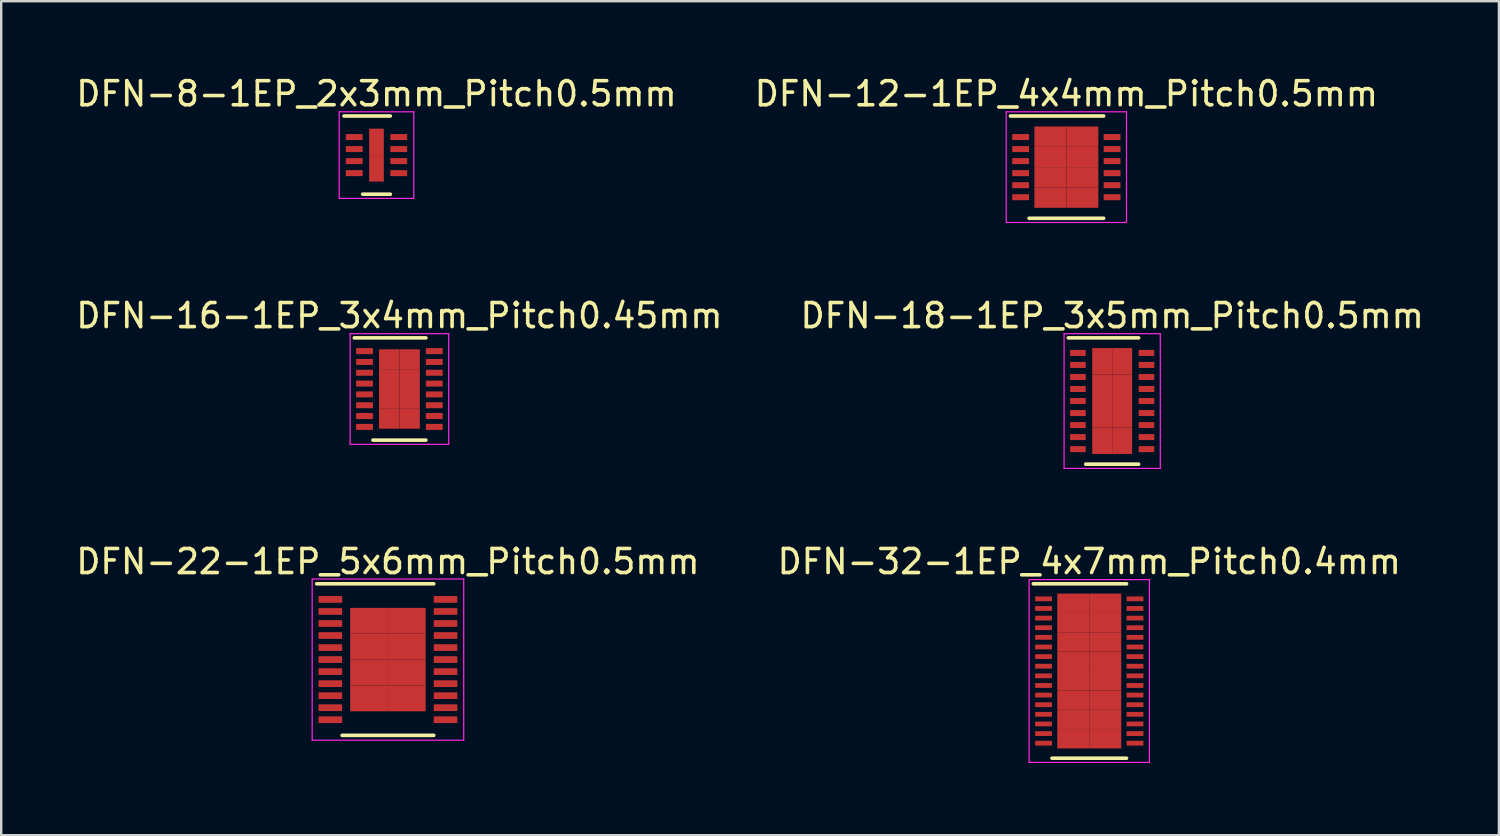
<source format=kicad_pcb>
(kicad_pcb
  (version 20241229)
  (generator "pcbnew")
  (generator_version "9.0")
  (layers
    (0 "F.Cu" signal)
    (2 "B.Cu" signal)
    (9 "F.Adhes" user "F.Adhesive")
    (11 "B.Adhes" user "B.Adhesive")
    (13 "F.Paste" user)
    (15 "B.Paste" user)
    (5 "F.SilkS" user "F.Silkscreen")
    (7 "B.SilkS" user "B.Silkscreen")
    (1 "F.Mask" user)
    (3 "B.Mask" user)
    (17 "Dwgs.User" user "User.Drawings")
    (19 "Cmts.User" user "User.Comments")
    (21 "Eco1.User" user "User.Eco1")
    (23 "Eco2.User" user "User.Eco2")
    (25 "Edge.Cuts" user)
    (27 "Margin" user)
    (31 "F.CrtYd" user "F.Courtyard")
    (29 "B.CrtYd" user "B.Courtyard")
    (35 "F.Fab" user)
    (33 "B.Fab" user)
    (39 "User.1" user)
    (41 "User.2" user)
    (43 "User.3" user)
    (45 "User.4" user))
  (footprint "DFN-22-1EP_5x6mm_Pitch0.5mm"
    (layer "F.Cu")
    (at 13.077 24.37)
    (property "Reference" "DFN-22-1EP_5x6mm_Pitch0.5mm" (at 0 -4.075 0) (layer "F.SilkS") (effects (font (size 1 1) (thickness 0.15))))
    (attr smd)
    (fp_line (start -2.96 -3.15) (end 1.905 -3.15) (stroke (width 0.15) (type solid)) (layer "F.SilkS"))
    (fp_line (start -1.905 3.15) (end 1.905 3.15) (stroke (width 0.15) (type solid)) (layer "F.SilkS"))
    (fp_line (start -3.15 -3.35) (end -3.15 3.35) (stroke (width 0.05) (type solid)) (layer "F.CrtYd"))
    (fp_line (start -3.15 -3.35) (end 3.15 -3.35) (stroke (width 0.05) (type solid)) (layer "F.CrtYd"))
    (fp_line (start -3.15 3.35) (end 3.15 3.35) (stroke (width 0.05) (type solid)) (layer "F.CrtYd"))
    (fp_line (start 3.15 -3.35) (end 3.15 3.35) (stroke (width 0.05) (type solid)) (layer "F.CrtYd"))
    (pad "1" smd rect (at -2.395 -2.5) (size 0.98 0.28) (layers "F.Cu" "F.Mask" "F.Paste"))
    (pad "2" smd rect (at -2.395 -2) (size 0.98 0.28) (layers "F.Cu" "F.Mask" "F.Paste"))
    (pad "3" smd rect (at -2.395 -1.5) (size 0.98 0.28) (layers "F.Cu" "F.Mask" "F.Paste"))
    (pad "4" smd rect (at -2.395 -1) (size 0.98 0.28) (layers "F.Cu" "F.Mask" "F.Paste"))
    (pad "5" smd rect (at -2.395 -0.5) (size 0.98 0.28) (layers "F.Cu" "F.Mask" "F.Paste"))
    (pad "6" smd rect (at -2.395 0) (size 0.98 0.28) (layers "F.Cu" "F.Mask" "F.Paste"))
    (pad "7" smd rect (at -2.395 0.5) (size 0.98 0.28) (layers "F.Cu" "F.Mask" "F.Paste"))
    (pad "8" smd rect (at -2.395 1) (size 0.98 0.28) (layers "F.Cu" "F.Mask" "F.Paste"))
    (pad "9" smd rect (at -2.395 1.5) (size 0.98 0.28) (layers "F.Cu" "F.Mask" "F.Paste"))
    (pad "10" smd rect (at -2.395 2) (size 0.98 0.28) (layers "F.Cu" "F.Mask" "F.Paste"))
    (pad "11" smd rect (at -2.395 2.5) (size 0.98 0.28) (layers "F.Cu" "F.Mask" "F.Paste"))
    (pad "12" smd rect (at 2.395 2.5) (size 0.98 0.28) (layers "F.Cu" "F.Mask" "F.Paste"))
    (pad "13" smd rect (at 2.395 2) (size 0.98 0.28) (layers "F.Cu" "F.Mask" "F.Paste"))
    (pad "14" smd rect (at 2.395 1.5) (size 0.98 0.28) (layers "F.Cu" "F.Mask" "F.Paste"))
    (pad "15" smd rect (at 2.395 1) (size 0.98 0.28) (layers "F.Cu" "F.Mask" "F.Paste"))
    (pad "16" smd rect (at 2.395 0.5) (size 0.98 0.28) (layers "F.Cu" "F.Mask" "F.Paste"))
    (pad "17" smd rect (at 2.395 0) (size 0.98 0.28) (layers "F.Cu" "F.Mask" "F.Paste"))
    (pad "18" smd rect (at 2.395 -0.5) (size 0.98 0.28) (layers "F.Cu" "F.Mask" "F.Paste"))
    (pad "19" smd rect (at 2.395 -1) (size 0.98 0.28) (layers "F.Cu" "F.Mask" "F.Paste"))
    (pad "20" smd rect (at 2.395 -1.5) (size 0.98 0.28) (layers "F.Cu" "F.Mask" "F.Paste"))
    (pad "21" smd rect (at 2.395 -2) (size 0.98 0.28) (layers "F.Cu" "F.Mask" "F.Paste"))
    (pad "22" smd rect (at 2.395 -2.5) (size 0.98 0.28) (layers "F.Cu" "F.Mask" "F.Paste"))
    (pad "23" smd rect (at -0.785 -1.613) (size 1.57 1.075) (layers "F.Cu" "F.Mask" "F.Paste"))
    (pad "23" smd rect (at -0.785 -0.537) (size 1.57 1.075) (layers "F.Cu" "F.Mask" "F.Paste"))
    (pad "23" smd rect (at -0.785 0.537) (size 1.57 1.075) (layers "F.Cu" "F.Mask" "F.Paste"))
    (pad "23" smd rect (at -0.785 1.613) (size 1.57 1.075) (layers "F.Cu" "F.Mask" "F.Paste"))
    (pad "23" smd rect (at 0.785 -1.613) (size 1.57 1.075) (layers "F.Cu" "F.Mask" "F.Paste"))
    (pad "23" smd rect (at 0.785 -0.537) (size 1.57 1.075) (layers "F.Cu" "F.Mask" "F.Paste"))
    (pad "23" smd rect (at 0.785 0.537) (size 1.57 1.075) (layers "F.Cu" "F.Mask" "F.Paste"))
    (pad "23" smd rect (at 0.785 1.613) (size 1.57 1.075) (layers "F.Cu" "F.Mask" "F.Paste")))
  (footprint "DFN-16-1EP_3x4mm_Pitch0.45mm"
    (layer "F.Cu")
    (at 13.554 13.121)
    (property "Reference" "DFN-16-1EP_3x4mm_Pitch0.45mm" (at 0 -3.05 0) (layer "F.SilkS") (effects (font (size 1 1) (thickness 0.15))))
    (attr smd)
    (fp_line (start -1.875 -2.125) (end 1.1 -2.125) (stroke (width 0.15) (type solid)) (layer "F.SilkS"))
    (fp_line (start -1.1 2.125) (end 1.1 2.125) (stroke (width 0.15) (type solid)) (layer "F.SilkS"))
    (fp_line (start -2.05 -2.3) (end -2.05 2.3) (stroke (width 0.05) (type solid)) (layer "F.CrtYd"))
    (fp_line (start -2.05 -2.3) (end 2.05 -2.3) (stroke (width 0.05) (type solid)) (layer "F.CrtYd"))
    (fp_line (start -2.05 2.3) (end 2.05 2.3) (stroke (width 0.05) (type solid)) (layer "F.CrtYd"))
    (fp_line (start 2.05 -2.3) (end 2.05 2.3) (stroke (width 0.05) (type solid)) (layer "F.CrtYd"))
    (pad "1" smd rect (at -1.45 -1.575) (size 0.7 0.25) (layers "F.Cu" "F.Mask" "F.Paste"))
    (pad "2" smd rect (at -1.45 -1.125) (size 0.7 0.25) (layers "F.Cu" "F.Mask" "F.Paste"))
    (pad "3" smd rect (at -1.45 -0.675) (size 0.7 0.25) (layers "F.Cu" "F.Mask" "F.Paste"))
    (pad "4" smd rect (at -1.45 -0.225) (size 0.7 0.25) (layers "F.Cu" "F.Mask" "F.Paste"))
    (pad "5" smd rect (at -1.45 0.225) (size 0.7 0.25) (layers "F.Cu" "F.Mask" "F.Paste"))
    (pad "6" smd rect (at -1.45 0.675) (size 0.7 0.25) (layers "F.Cu" "F.Mask" "F.Paste"))
    (pad "7" smd rect (at -1.45 1.125) (size 0.7 0.25) (layers "F.Cu" "F.Mask" "F.Paste"))
    (pad "8" smd rect (at -1.45 1.575) (size 0.7 0.25) (layers "F.Cu" "F.Mask" "F.Paste"))
    (pad "9" smd rect (at 1.45 1.575) (size 0.7 0.25) (layers "F.Cu" "F.Mask" "F.Paste"))
    (pad "10" smd rect (at 1.45 1.125) (size 0.7 0.25) (layers "F.Cu" "F.Mask" "F.Paste"))
    (pad "11" smd rect (at 1.45 0.675) (size 0.7 0.25) (layers "F.Cu" "F.Mask" "F.Paste"))
    (pad "12" smd rect (at 1.45 0.225) (size 0.7 0.25) (layers "F.Cu" "F.Mask" "F.Paste"))
    (pad "13" smd rect (at 1.45 -0.225) (size 0.7 0.25) (layers "F.Cu" "F.Mask" "F.Paste"))
    (pad "14" smd rect (at 1.45 -0.675) (size 0.7 0.25) (layers "F.Cu" "F.Mask" "F.Paste"))
    (pad "15" smd rect (at 1.45 -1.125) (size 0.7 0.25) (layers "F.Cu" "F.Mask" "F.Paste"))
    (pad "16" smd rect (at 1.45 -1.575) (size 0.7 0.25) (layers "F.Cu" "F.Mask" "F.Paste"))
    (pad "17" smd rect (at -0.425 -1.238) (size 0.85 0.825) (layers "F.Cu" "F.Mask" "F.Paste"))
    (pad "17" smd rect (at -0.425 -0.412) (size 0.85 0.825) (layers "F.Cu" "F.Mask" "F.Paste"))
    (pad "17" smd rect (at -0.425 0.412) (size 0.85 0.825) (layers "F.Cu" "F.Mask" "F.Paste"))
    (pad "17" smd rect (at -0.425 1.238) (size 0.85 0.825) (layers "F.Cu" "F.Mask" "F.Paste"))
    (pad "17" smd rect (at 0.425 -1.238) (size 0.85 0.825) (layers "F.Cu" "F.Mask" "F.Paste"))
    (pad "17" smd rect (at 0.425 -0.412) (size 0.85 0.825) (layers "F.Cu" "F.Mask" "F.Paste"))
    (pad "17" smd rect (at 0.425 0.412) (size 0.85 0.825) (layers "F.Cu" "F.Mask" "F.Paste"))
    (pad "17" smd rect (at 0.425 1.238) (size 0.85 0.825) (layers "F.Cu" "F.Mask" "F.Paste")))
  (footprint "DFN-12-1EP_4x4mm_Pitch0.5mm"
    (layer "F.Cu")
    (at 41.28 3.898)
    (property "Reference" "DFN-12-1EP_4x4mm_Pitch0.5mm" (at 0 -3.05 0) (layer "F.SilkS") (effects (font (size 1 1) (thickness 0.15))))
    (attr smd)
    (fp_line (start -2.325 -2.125) (end 1.55 -2.125) (stroke (width 0.15) (type solid)) (layer "F.SilkS"))
    (fp_line (start -1.55 2.125) (end 1.55 2.125) (stroke (width 0.15) (type solid)) (layer "F.SilkS"))
    (fp_line (start -2.5 -2.3) (end -2.5 2.3) (stroke (width 0.05) (type solid)) (layer "F.CrtYd"))
    (fp_line (start -2.5 -2.3) (end 2.5 -2.3) (stroke (width 0.05) (type solid)) (layer "F.CrtYd"))
    (fp_line (start -2.5 2.3) (end 2.5 2.3) (stroke (width 0.05) (type solid)) (layer "F.CrtYd"))
    (fp_line (start 2.5 -2.3) (end 2.5 2.3) (stroke (width 0.05) (type solid)) (layer "F.CrtYd"))
    (pad "1" smd rect (at -1.9 -1.25) (size 0.7 0.25) (layers "F.Cu" "F.Mask" "F.Paste"))
    (pad "2" smd rect (at -1.9 -0.75) (size 0.7 0.25) (layers "F.Cu" "F.Mask" "F.Paste"))
    (pad "3" smd rect (at -1.9 -0.25) (size 0.7 0.25) (layers "F.Cu" "F.Mask" "F.Paste"))
    (pad "4" smd rect (at -1.9 0.25) (size 0.7 0.25) (layers "F.Cu" "F.Mask" "F.Paste"))
    (pad "5" smd rect (at -1.9 0.75) (size 0.7 0.25) (layers "F.Cu" "F.Mask" "F.Paste"))
    (pad "6" smd rect (at -1.9 1.25) (size 0.7 0.25) (layers "F.Cu" "F.Mask" "F.Paste"))
    (pad "7" smd rect (at 1.9 1.25) (size 0.7 0.25) (layers "F.Cu" "F.Mask" "F.Paste"))
    (pad "8" smd rect (at 1.9 0.75) (size 0.7 0.25) (layers "F.Cu" "F.Mask" "F.Paste"))
    (pad "9" smd rect (at 1.9 0.25) (size 0.7 0.25) (layers "F.Cu" "F.Mask" "F.Paste"))
    (pad "10" smd rect (at 1.9 -0.25) (size 0.7 0.25) (layers "F.Cu" "F.Mask" "F.Paste"))
    (pad "11" smd rect (at 1.9 -0.75) (size 0.7 0.25) (layers "F.Cu" "F.Mask" "F.Paste"))
    (pad "12" smd rect (at 1.9 -1.25) (size 0.7 0.25) (layers "F.Cu" "F.Mask" "F.Paste"))
    (pad "13" smd rect (at -0.665 -1.268) (size 1.33 0.845) (layers "F.Cu" "F.Mask" "F.Paste"))
    (pad "13" smd rect (at -0.665 -0.422) (size 1.33 0.845) (layers "F.Cu" "F.Mask" "F.Paste"))
    (pad "13" smd rect (at -0.665 0.422) (size 1.33 0.845) (layers "F.Cu" "F.Mask" "F.Paste"))
    (pad "13" smd rect (at -0.665 1.268) (size 1.33 0.845) (layers "F.Cu" "F.Mask" "F.Paste"))
    (pad "13" smd rect (at 0.665 -1.268) (size 1.33 0.845) (layers "F.Cu" "F.Mask" "F.Paste"))
    (pad "13" smd rect (at 0.665 -0.422) (size 1.33 0.845) (layers "F.Cu" "F.Mask" "F.Paste"))
    (pad "13" smd rect (at 0.665 0.422) (size 1.33 0.845) (layers "F.Cu" "F.Mask" "F.Paste"))
    (pad "13" smd rect (at 0.665 1.268) (size 1.33 0.845) (layers "F.Cu" "F.Mask" "F.Paste")))
  (footprint "DFN-32-1EP_4x7mm_Pitch0.4mm"
    (layer "F.Cu")
    (at 42.232 24.845)
    (property "Reference" "DFN-32-1EP_4x7mm_Pitch0.4mm" (at 0 -4.55 0) (layer "F.SilkS") (effects (font (size 1 1) (thickness 0.15))))
    (attr smd)
    (fp_line (start -2.325 -3.625) (end 1.55 -3.625) (stroke (width 0.15) (type solid)) (layer "F.SilkS"))
    (fp_line (start -1.55 3.625) (end 1.55 3.625) (stroke (width 0.15) (type solid)) (layer "F.SilkS"))
    (fp_line (start -2.5 -3.8) (end -2.5 3.8) (stroke (width 0.05) (type solid)) (layer "F.CrtYd"))
    (fp_line (start -2.5 -3.8) (end 2.5 -3.8) (stroke (width 0.05) (type solid)) (layer "F.CrtYd"))
    (fp_line (start -2.5 3.8) (end 2.5 3.8) (stroke (width 0.05) (type solid)) (layer "F.CrtYd"))
    (fp_line (start 2.5 -3.8) (end 2.5 3.8) (stroke (width 0.05) (type solid)) (layer "F.CrtYd"))
    (pad "1" smd rect (at -1.9 -3) (size 0.7 0.2) (layers "F.Cu" "F.Mask" "F.Paste"))
    (pad "2" smd rect (at -1.9 -2.6) (size 0.7 0.2) (layers "F.Cu" "F.Mask" "F.Paste"))
    (pad "3" smd rect (at -1.9 -2.2) (size 0.7 0.2) (layers "F.Cu" "F.Mask" "F.Paste"))
    (pad "4" smd rect (at -1.9 -1.8) (size 0.7 0.2) (layers "F.Cu" "F.Mask" "F.Paste"))
    (pad "5" smd rect (at -1.9 -1.4) (size 0.7 0.2) (layers "F.Cu" "F.Mask" "F.Paste"))
    (pad "6" smd rect (at -1.9 -1) (size 0.7 0.2) (layers "F.Cu" "F.Mask" "F.Paste"))
    (pad "7" smd rect (at -1.9 -0.6) (size 0.7 0.2) (layers "F.Cu" "F.Mask" "F.Paste"))
    (pad "8" smd rect (at -1.9 -0.2) (size 0.7 0.2) (layers "F.Cu" "F.Mask" "F.Paste"))
    (pad "9" smd rect (at -1.9 0.2) (size 0.7 0.2) (layers "F.Cu" "F.Mask" "F.Paste"))
    (pad "10" smd rect (at -1.9 0.6) (size 0.7 0.2) (layers "F.Cu" "F.Mask" "F.Paste"))
    (pad "11" smd rect (at -1.9 1) (size 0.7 0.2) (layers "F.Cu" "F.Mask" "F.Paste"))
    (pad "12" smd rect (at -1.9 1.4) (size 0.7 0.2) (layers "F.Cu" "F.Mask" "F.Paste"))
    (pad "13" smd rect (at -1.9 1.8) (size 0.7 0.2) (layers "F.Cu" "F.Mask" "F.Paste"))
    (pad "14" smd rect (at -1.9 2.2) (size 0.7 0.2) (layers "F.Cu" "F.Mask" "F.Paste"))
    (pad "15" smd rect (at -1.9 2.6) (size 0.7 0.2) (layers "F.Cu" "F.Mask" "F.Paste"))
    (pad "16" smd rect (at -1.9 3) (size 0.7 0.2) (layers "F.Cu" "F.Mask" "F.Paste"))
    (pad "17" smd rect (at 1.9 3) (size 0.7 0.2) (layers "F.Cu" "F.Mask" "F.Paste"))
    (pad "18" smd rect (at 1.9 2.6) (size 0.7 0.2) (layers "F.Cu" "F.Mask" "F.Paste"))
    (pad "19" smd rect (at 1.9 2.2) (size 0.7 0.2) (layers "F.Cu" "F.Mask" "F.Paste"))
    (pad "20" smd rect (at 1.9 1.8) (size 0.7 0.2) (layers "F.Cu" "F.Mask" "F.Paste"))
    (pad "21" smd rect (at 1.9 1.4) (size 0.7 0.2) (layers "F.Cu" "F.Mask" "F.Paste"))
    (pad "22" smd rect (at 1.9 1) (size 0.7 0.2) (layers "F.Cu" "F.Mask" "F.Paste"))
    (pad "23" smd rect (at 1.9 0.6) (size 0.7 0.2) (layers "F.Cu" "F.Mask" "F.Paste"))
    (pad "24" smd rect (at 1.9 0.2) (size 0.7 0.2) (layers "F.Cu" "F.Mask" "F.Paste"))
    (pad "25" smd rect (at 1.9 -0.2) (size 0.7 0.2) (layers "F.Cu" "F.Mask" "F.Paste"))
    (pad "26" smd rect (at 1.9 -0.6) (size 0.7 0.2) (layers "F.Cu" "F.Mask" "F.Paste"))
    (pad "27" smd rect (at 1.9 -1) (size 0.7 0.2) (layers "F.Cu" "F.Mask" "F.Paste"))
    (pad "28" smd rect (at 1.9 -1.4) (size 0.7 0.2) (layers "F.Cu" "F.Mask" "F.Paste"))
    (pad "29" smd rect (at 1.9 -1.8) (size 0.7 0.2) (layers "F.Cu" "F.Mask" "F.Paste"))
    (pad "30" smd rect (at 1.9 -2.2) (size 0.7 0.2) (layers "F.Cu" "F.Mask" "F.Paste"))
    (pad "31" smd rect (at 1.9 -2.6) (size 0.7 0.2) (layers "F.Cu" "F.Mask" "F.Paste"))
    (pad "32" smd rect (at 1.9 -3) (size 0.7 0.2) (layers "F.Cu" "F.Mask" "F.Paste"))
    (pad "33" smd rect (at -0.665 -2.817) (size 1.33 0.805) (layers "F.Cu" "F.Mask" "F.Paste"))
    (pad "33" smd rect (at -0.665 -2.013) (size 1.33 0.805) (layers "F.Cu" "F.Mask" "F.Paste"))
    (pad "33" smd rect (at -0.665 -1.208) (size 1.33 0.805) (layers "F.Cu" "F.Mask" "F.Paste"))
    (pad "33" smd rect (at -0.665 -0.403) (size 1.33 0.805) (layers "F.Cu" "F.Mask" "F.Paste"))
    (pad "33" smd rect (at -0.665 0.403) (size 1.33 0.805) (layers "F.Cu" "F.Mask" "F.Paste"))
    (pad "33" smd rect (at -0.665 1.208) (size 1.33 0.805) (layers "F.Cu" "F.Mask" "F.Paste"))
    (pad "33" smd rect (at -0.665 2.013) (size 1.33 0.805) (layers "F.Cu" "F.Mask" "F.Paste"))
    (pad "33" smd rect (at -0.665 2.817) (size 1.33 0.805) (layers "F.Cu" "F.Mask" "F.Paste"))
    (pad "33" smd rect (at 0.665 -2.817) (size 1.33 0.805) (layers "F.Cu" "F.Mask" "F.Paste"))
    (pad "33" smd rect (at 0.665 -2.013) (size 1.33 0.805) (layers "F.Cu" "F.Mask" "F.Paste"))
    (pad "33" smd rect (at 0.665 -1.208) (size 1.33 0.805) (layers "F.Cu" "F.Mask" "F.Paste"))
    (pad "33" smd rect (at 0.665 -0.403) (size 1.33 0.805) (layers "F.Cu" "F.Mask" "F.Paste"))
    (pad "33" smd rect (at 0.665 0.403) (size 1.33 0.805) (layers "F.Cu" "F.Mask" "F.Paste"))
    (pad "33" smd rect (at 0.665 1.208) (size 1.33 0.805) (layers "F.Cu" "F.Mask" "F.Paste"))
    (pad "33" smd rect (at 0.665 2.013) (size 1.33 0.805) (layers "F.Cu" "F.Mask" "F.Paste"))
    (pad "33" smd rect (at 0.665 2.817) (size 1.33 0.805) (layers "F.Cu" "F.Mask" "F.Paste")))
  (footprint "DFN-8-1EP_2x3mm_Pitch0.5mm"
    (layer "F.Cu")
    (at 12.601 3.398)
    (property "Reference" "DFN-8-1EP_2x3mm_Pitch0.5mm" (at 0 -2.55 0) (layer "F.SilkS") (effects (font (size 1 1) (thickness 0.15))))
    (attr smd)
    (fp_line (start -1.35 -1.625) (end 0.575 -1.625) (stroke (width 0.15) (type solid)) (layer "F.SilkS"))
    (fp_line (start -0.575 1.625) (end 0.575 1.625) (stroke (width 0.15) (type solid)) (layer "F.SilkS"))
    (fp_line (start -1.55 -1.8) (end -1.55 1.8) (stroke (width 0.05) (type solid)) (layer "F.CrtYd"))
    (fp_line (start -1.55 -1.8) (end 1.55 -1.8) (stroke (width 0.05) (type solid)) (layer "F.CrtYd"))
    (fp_line (start -1.55 1.8) (end 1.55 1.8) (stroke (width 0.05) (type solid)) (layer "F.CrtYd"))
    (fp_line (start 1.55 -1.8) (end 1.55 1.8) (stroke (width 0.05) (type solid)) (layer "F.CrtYd"))
    (pad "1" smd rect (at -0.925 -0.75) (size 0.7 0.25) (layers "F.Cu" "F.Mask" "F.Paste"))
    (pad "2" smd rect (at -0.925 -0.25) (size 0.7 0.25) (layers "F.Cu" "F.Mask" "F.Paste"))
    (pad "3" smd rect (at -0.925 0.25) (size 0.7 0.25) (layers "F.Cu" "F.Mask" "F.Paste"))
    (pad "4" smd rect (at -0.925 0.75) (size 0.7 0.25) (layers "F.Cu" "F.Mask" "F.Paste"))
    (pad "5" smd rect (at 0.925 0.75) (size 0.7 0.25) (layers "F.Cu" "F.Mask" "F.Paste"))
    (pad "6" smd rect (at 0.925 0.25) (size 0.7 0.25) (layers "F.Cu" "F.Mask" "F.Paste"))
    (pad "7" smd rect (at 0.925 -0.25) (size 0.7 0.25) (layers "F.Cu" "F.Mask" "F.Paste"))
    (pad "8" smd rect (at 0.925 -0.75) (size 0.7 0.25) (layers "F.Cu" "F.Mask" "F.Paste"))
    (pad "9" smd rect (at 0 -0.55) (size 0.61 1.1) (layers "F.Cu" "F.Mask" "F.Paste"))
    (pad "9" smd rect (at 0 0.55) (size 0.61 1.1) (layers "F.Cu" "F.Mask" "F.Paste")))
  (footprint "DFN-18-1EP_3x5mm_Pitch0.5mm"
    (layer "F.Cu")
    (at 43.185 13.621)
    (property "Reference" "DFN-18-1EP_3x5mm_Pitch0.5mm" (at 0 -3.55 0) (layer "F.SilkS") (effects (font (size 1 1) (thickness 0.15))))
    (attr smd)
    (fp_line (start -1.825 -2.625) (end 1.1 -2.625) (stroke (width 0.15) (type solid)) (layer "F.SilkS"))
    (fp_line (start -1.1 2.625) (end 1.1 2.625) (stroke (width 0.15) (type solid)) (layer "F.SilkS"))
    (fp_line (start -2 -2.8) (end -2 2.8) (stroke (width 0.05) (type solid)) (layer "F.CrtYd"))
    (fp_line (start -2 -2.8) (end 2 -2.8) (stroke (width 0.05) (type solid)) (layer "F.CrtYd"))
    (fp_line (start -2 2.8) (end 2 2.8) (stroke (width 0.05) (type solid)) (layer "F.CrtYd"))
    (fp_line (start 2 -2.8) (end 2 2.8) (stroke (width 0.05) (type solid)) (layer "F.CrtYd"))
    (pad "1" smd rect (at -1.425 -2) (size 0.65 0.25) (layers "F.Cu" "F.Mask" "F.Paste"))
    (pad "2" smd rect (at -1.425 -1.5) (size 0.65 0.25) (layers "F.Cu" "F.Mask" "F.Paste"))
    (pad "3" smd rect (at -1.425 -1) (size 0.65 0.25) (layers "F.Cu" "F.Mask" "F.Paste"))
    (pad "4" smd rect (at -1.425 -0.5) (size 0.65 0.25) (layers "F.Cu" "F.Mask" "F.Paste"))
    (pad "5" smd rect (at -1.425 0) (size 0.65 0.25) (layers "F.Cu" "F.Mask" "F.Paste"))
    (pad "6" smd rect (at -1.425 0.5) (size 0.65 0.25) (layers "F.Cu" "F.Mask" "F.Paste"))
    (pad "7" smd rect (at -1.425 1) (size 0.65 0.25) (layers "F.Cu" "F.Mask" "F.Paste"))
    (pad "8" smd rect (at -1.425 1.5) (size 0.65 0.25) (layers "F.Cu" "F.Mask" "F.Paste"))
    (pad "9" smd rect (at -1.425 2) (size 0.65 0.25) (layers "F.Cu" "F.Mask" "F.Paste"))
    (pad "10" smd rect (at 1.425 2) (size 0.65 0.25) (layers "F.Cu" "F.Mask" "F.Paste"))
    (pad "11" smd rect (at 1.425 1.5) (size 0.65 0.25) (layers "F.Cu" "F.Mask" "F.Paste"))
    (pad "12" smd rect (at 1.425 1) (size 0.65 0.25) (layers "F.Cu" "F.Mask" "F.Paste"))
    (pad "13" smd rect (at 1.425 0.5) (size 0.65 0.25) (layers "F.Cu" "F.Mask" "F.Paste"))
    (pad "14" smd rect (at 1.425 0) (size 0.65 0.25) (layers "F.Cu" "F.Mask" "F.Paste"))
    (pad "15" smd rect (at 1.425 -0.5) (size 0.65 0.25) (layers "F.Cu" "F.Mask" "F.Paste"))
    (pad "16" smd rect (at 1.425 -1) (size 0.65 0.25) (layers "F.Cu" "F.Mask" "F.Paste"))
    (pad "17" smd rect (at 1.425 -1.5) (size 0.65 0.25) (layers "F.Cu" "F.Mask" "F.Paste"))
    (pad "18" smd rect (at 1.425 -2) (size 0.65 0.25) (layers "F.Cu" "F.Mask" "F.Paste"))
    (pad "19" smd rect (at -0.415 -1.65) (size 0.83 1.1) (layers "F.Cu" "F.Mask" "F.Paste"))
    (pad "19" smd rect (at -0.415 -0.55) (size 0.83 1.1) (layers "F.Cu" "F.Mask" "F.Paste"))
    (pad "19" smd rect (at -0.415 0.55) (size 0.83 1.1) (layers "F.Cu" "F.Mask" "F.Paste"))
    (pad "19" smd rect (at -0.415 1.65) (size 0.83 1.1) (layers "F.Cu" "F.Mask" "F.Paste"))
    (pad "19" smd rect (at 0.415 -1.65) (size 0.83 1.1) (layers "F.Cu" "F.Mask" "F.Paste"))
    (pad "19" smd rect (at 0.415 -0.55) (size 0.83 1.1) (layers "F.Cu" "F.Mask" "F.Paste"))
    (pad "19" smd rect (at 0.415 0.55) (size 0.83 1.1) (layers "F.Cu" "F.Mask" "F.Paste"))
    (pad "19" smd rect (at 0.415 1.65) (size 0.83 1.1) (layers "F.Cu" "F.Mask" "F.Paste")))
  (gr_rect
    (start -3 -3)
    (end 59.262 31.67)
    (stroke (width 0.1) (type default))
    (fill no)
    (layer "Edge.Cuts")))
</source>
